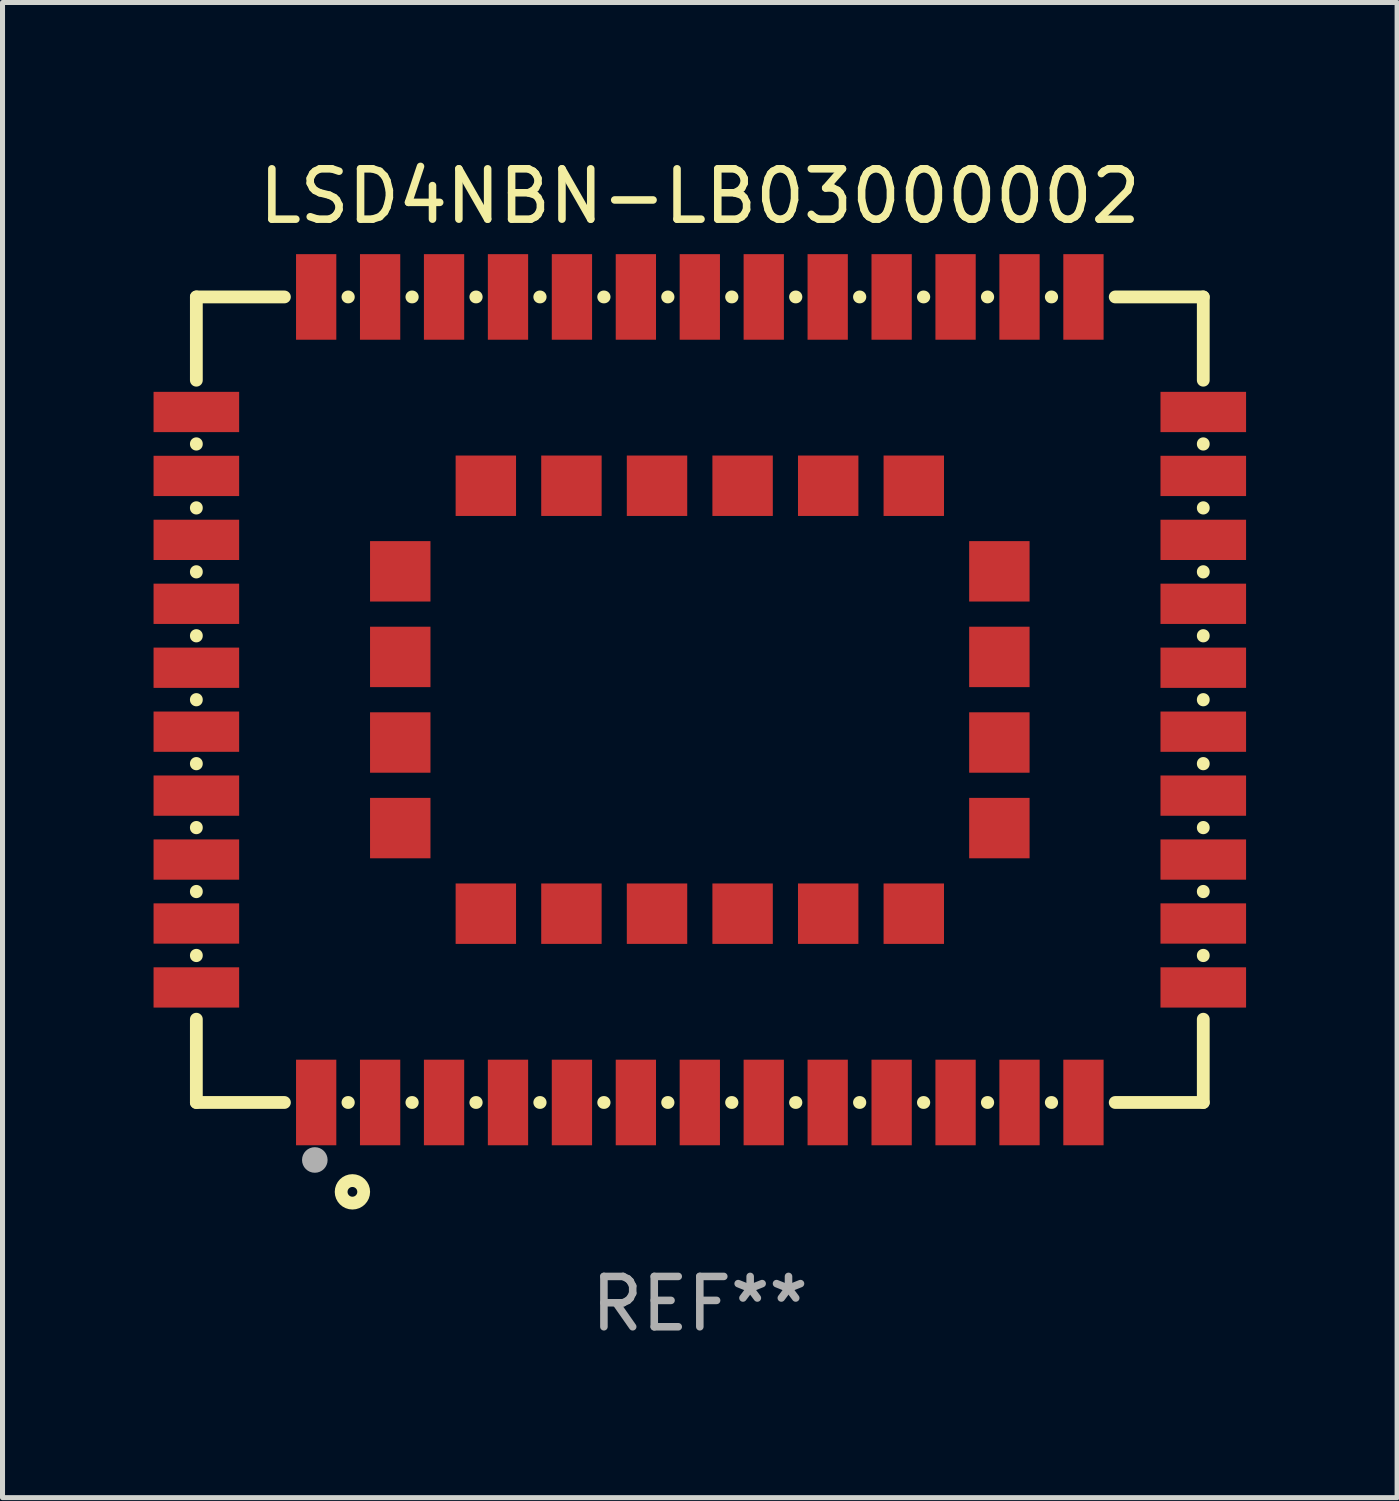
<source format=kicad_pcb>
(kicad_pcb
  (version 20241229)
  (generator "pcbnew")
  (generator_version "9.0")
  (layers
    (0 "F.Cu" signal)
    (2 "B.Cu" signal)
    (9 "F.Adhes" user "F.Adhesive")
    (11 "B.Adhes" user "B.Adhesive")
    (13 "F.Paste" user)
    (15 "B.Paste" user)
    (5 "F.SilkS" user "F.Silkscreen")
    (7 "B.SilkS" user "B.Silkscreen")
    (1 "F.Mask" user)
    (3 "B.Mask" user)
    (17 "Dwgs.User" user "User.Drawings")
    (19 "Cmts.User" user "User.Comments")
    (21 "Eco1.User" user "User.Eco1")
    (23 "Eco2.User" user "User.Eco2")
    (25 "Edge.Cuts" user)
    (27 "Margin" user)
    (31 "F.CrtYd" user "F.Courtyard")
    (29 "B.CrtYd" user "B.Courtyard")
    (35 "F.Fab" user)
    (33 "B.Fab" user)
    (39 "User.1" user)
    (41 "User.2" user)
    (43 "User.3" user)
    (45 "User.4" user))
  (footprint "LSD4NBN-LB03000002"
    (layer "F.Cu")
    (at 10.85 10.848)
    (property "Reference" "LSD4NBN-LB03000002" (at 0 -10 0) (layer "F.SilkS") (effects (font (size 1 1) (thickness 0.15))))
    (attr through_hole)
    (fp_line (start -10 -8) (end -10 -6.346) (stroke (width 0.254) (type solid)) (layer "F.SilkS"))
    (fp_line (start -10 -5.084) (end -10 -5.076) (stroke (width 0.254) (type solid)) (layer "F.SilkS"))
    (fp_line (start -10 -3.814) (end -10 -3.806) (stroke (width 0.254) (type solid)) (layer "F.SilkS"))
    (fp_line (start -10 -2.544) (end -10 -2.536) (stroke (width 0.254) (type solid)) (layer "F.SilkS"))
    (fp_line (start -10 -1.274) (end -10 -1.266) (stroke (width 0.254) (type solid)) (layer "F.SilkS"))
    (fp_line (start -10 -0.004) (end -10 0.004) (stroke (width 0.254) (type solid)) (layer "F.SilkS"))
    (fp_line (start -10 1.266) (end -10 1.274) (stroke (width 0.254) (type solid)) (layer "F.SilkS"))
    (fp_line (start -10 2.536) (end -10 2.544) (stroke (width 0.254) (type solid)) (layer "F.SilkS"))
    (fp_line (start -10 3.806) (end -10 3.814) (stroke (width 0.254) (type solid)) (layer "F.SilkS"))
    (fp_line (start -10 5.076) (end -10 5.084) (stroke (width 0.254) (type solid)) (layer "F.SilkS"))
    (fp_line (start -10 6.346) (end -10 8) (stroke (width 0.254) (type solid)) (layer "F.SilkS"))
    (fp_line (start -10 8) (end -8.251 8) (stroke (width 0.254) (type solid)) (layer "F.SilkS"))
    (fp_line (start -8.251 -8) (end -10 -8) (stroke (width 0.254) (type solid)) (layer "F.SilkS"))
    (fp_line (start -6.989 8) (end -6.981 8) (stroke (width 0.254) (type solid)) (layer "F.SilkS"))
    (fp_line (start -6.981 -8) (end -6.989 -8) (stroke (width 0.254) (type solid)) (layer "F.SilkS"))
    (fp_line (start -5.719 8) (end -5.711 8) (stroke (width 0.254) (type solid)) (layer "F.SilkS"))
    (fp_line (start -5.711 -8) (end -5.719 -8) (stroke (width 0.254) (type solid)) (layer "F.SilkS"))
    (fp_line (start -4.449 8) (end -4.441 8) (stroke (width 0.254) (type solid)) (layer "F.SilkS"))
    (fp_line (start -4.441 -8) (end -4.449 -8) (stroke (width 0.254) (type solid)) (layer "F.SilkS"))
    (fp_line (start -3.179 8) (end -3.171 8) (stroke (width 0.254) (type solid)) (layer "F.SilkS"))
    (fp_line (start -3.171 -8) (end -3.179 -8) (stroke (width 0.254) (type solid)) (layer "F.SilkS"))
    (fp_line (start -1.909 8) (end -1.901 8) (stroke (width 0.254) (type solid)) (layer "F.SilkS"))
    (fp_line (start -1.901 -8) (end -1.909 -8) (stroke (width 0.254) (type solid)) (layer "F.SilkS"))
    (fp_line (start -0.639 8) (end -0.631 8) (stroke (width 0.254) (type solid)) (layer "F.SilkS"))
    (fp_line (start -0.631 -8) (end -0.639 -8) (stroke (width 0.254) (type solid)) (layer "F.SilkS"))
    (fp_line (start 0.631 8) (end 0.639 8) (stroke (width 0.254) (type solid)) (layer "F.SilkS"))
    (fp_line (start 0.639 -8) (end 0.631 -8) (stroke (width 0.254) (type solid)) (layer "F.SilkS"))
    (fp_line (start 1.901 8) (end 1.909 8) (stroke (width 0.254) (type solid)) (layer "F.SilkS"))
    (fp_line (start 1.909 -8) (end 1.901 -8) (stroke (width 0.254) (type solid)) (layer "F.SilkS"))
    (fp_line (start 3.171 8) (end 3.179 8) (stroke (width 0.254) (type solid)) (layer "F.SilkS"))
    (fp_line (start 3.179 -8) (end 3.171 -8) (stroke (width 0.254) (type solid)) (layer "F.SilkS"))
    (fp_line (start 4.441 8) (end 4.449 8) (stroke (width 0.254) (type solid)) (layer "F.SilkS"))
    (fp_line (start 4.449 -8) (end 4.441 -8) (stroke (width 0.254) (type solid)) (layer "F.SilkS"))
    (fp_line (start 5.711 8) (end 5.719 8) (stroke (width 0.254) (type solid)) (layer "F.SilkS"))
    (fp_line (start 5.719 -8) (end 5.711 -8) (stroke (width 0.254) (type solid)) (layer "F.SilkS"))
    (fp_line (start 6.981 8) (end 6.989 8) (stroke (width 0.254) (type solid)) (layer "F.SilkS"))
    (fp_line (start 6.989 -8) (end 6.981 -8) (stroke (width 0.254) (type solid)) (layer "F.SilkS"))
    (fp_line (start 8.251 8) (end 10 8) (stroke (width 0.254) (type solid)) (layer "F.SilkS"))
    (fp_line (start 10 -8) (end 8.251 -8) (stroke (width 0.254) (type solid)) (layer "F.SilkS"))
    (fp_line (start 10 -6.346) (end 10 -8) (stroke (width 0.254) (type solid)) (layer "F.SilkS"))
    (fp_line (start 10 -5.076) (end 10 -5.084) (stroke (width 0.254) (type solid)) (layer "F.SilkS"))
    (fp_line (start 10 -3.806) (end 10 -3.814) (stroke (width 0.254) (type solid)) (layer "F.SilkS"))
    (fp_line (start 10 -2.536) (end 10 -2.544) (stroke (width 0.254) (type solid)) (layer "F.SilkS"))
    (fp_line (start 10 -1.266) (end 10 -1.274) (stroke (width 0.254) (type solid)) (layer "F.SilkS"))
    (fp_line (start 10 0.004) (end 10 -0.004) (stroke (width 0.254) (type solid)) (layer "F.SilkS"))
    (fp_line (start 10 1.274) (end 10 1.266) (stroke (width 0.254) (type solid)) (layer "F.SilkS"))
    (fp_line (start 10 2.544) (end 10 2.536) (stroke (width 0.254) (type solid)) (layer "F.SilkS"))
    (fp_line (start 10 3.814) (end 10 3.806) (stroke (width 0.254) (type solid)) (layer "F.SilkS"))
    (fp_line (start 10 5.084) (end 10 5.076) (stroke (width 0.254) (type solid)) (layer "F.SilkS"))
    (fp_line (start 10 8) (end 10 6.346) (stroke (width 0.254) (type solid)) (layer "F.SilkS"))
    (fp_circle (center -10.003 8.001) (end -9.973 8.001) (stroke (width 0.06) (type solid)) (fill no) (layer "F.SilkS"))
    (fp_circle (center -6.9 9.775) (end -6.676 9.775) (stroke (width 0.254) (type solid)) (fill no) (layer "F.SilkS"))
    (fp_circle (center -7.647 9.142) (end -7.52 9.142) (stroke (width 0.254) (type solid)) (fill no) (layer "F.Fab"))
    (fp_text user "REF**" (at 0 12 0) (layer "F.Fab") (effects (font (size 1 1) (thickness 0.15))))
    (pad "1" smd rect (at -7.62 8 90) (size 1.7 0.8) (layers "F.Cu" "F.Mask" "F.Paste"))
    (pad "2" smd rect (at -6.35 8 90) (size 1.7 0.8) (layers "F.Cu" "F.Mask" "F.Paste"))
    (pad "3" smd rect (at -5.08 8 90) (size 1.7 0.8) (layers "F.Cu" "F.Mask" "F.Paste"))
    (pad "4" smd rect (at -3.81 8 90) (size 1.7 0.8) (layers "F.Cu" "F.Mask" "F.Paste"))
    (pad "5" smd rect (at -2.54 8 90) (size 1.7 0.8) (layers "F.Cu" "F.Mask" "F.Paste"))
    (pad "6" smd rect (at -1.27 8 90) (size 1.7 0.8) (layers "F.Cu" "F.Mask" "F.Paste"))
    (pad "7" smd rect (at -0.000025 8 90) (size 1.7 0.8) (layers "F.Cu" "F.Mask" "F.Paste"))
    (pad "8" smd rect (at 1.27 8 90) (size 1.7 0.8) (layers "F.Cu" "F.Mask" "F.Paste"))
    (pad "9" smd rect (at 2.54 8 90) (size 1.7 0.8) (layers "F.Cu" "F.Mask" "F.Paste"))
    (pad "10" smd rect (at 3.81 8 90) (size 1.7 0.8) (layers "F.Cu" "F.Mask" "F.Paste"))
    (pad "11" smd rect (at 5.08 8 90) (size 1.7 0.8) (layers "F.Cu" "F.Mask" "F.Paste"))
    (pad "12" smd rect (at 6.35 8 90) (size 1.7 0.8) (layers "F.Cu" "F.Mask" "F.Paste"))
    (pad "13" smd rect (at 7.62 8 270) (size 1.7 0.8) (layers "F.Cu" "F.Mask" "F.Paste"))
    (pad "14" smd rect (at 10 5.715 180) (size 1.7 0.8) (layers "F.Cu" "F.Mask" "F.Paste"))
    (pad "15" smd rect (at 10 4.445 180) (size 1.7 0.8) (layers "F.Cu" "F.Mask" "F.Paste"))
    (pad "16" smd rect (at 10 3.175 180) (size 1.7 0.8) (layers "F.Cu" "F.Mask" "F.Paste"))
    (pad "17" smd rect (at 10 1.905 180) (size 1.7 0.8) (layers "F.Cu" "F.Mask" "F.Paste"))
    (pad "18" smd rect (at 10 0.635 180) (size 1.7 0.8) (layers "F.Cu" "F.Mask" "F.Paste"))
    (pad "19" smd rect (at 10 -0.635 180) (size 1.7 0.8) (layers "F.Cu" "F.Mask" "F.Paste"))
    (pad "20" smd rect (at 10 -1.905 180) (size 1.7 0.8) (layers "F.Cu" "F.Mask" "F.Paste"))
    (pad "21" smd rect (at 10 -3.175 180) (size 1.7 0.8) (layers "F.Cu" "F.Mask" "F.Paste"))
    (pad "22" smd rect (at 10 -4.445) (size 1.7 0.8) (layers "F.Cu" "F.Mask" "F.Paste"))
    (pad "23" smd rect (at 10 -5.715) (size 1.7 0.8) (layers "F.Cu" "F.Mask" "F.Paste"))
    (pad "24" smd rect (at 7.62 -8 270) (size 1.7 0.8) (layers "F.Cu" "F.Mask" "F.Paste"))
    (pad "25" smd rect (at 6.35 -8 270) (size 1.7 0.8) (layers "F.Cu" "F.Mask" "F.Paste"))
    (pad "26" smd rect (at 5.08 -8 270) (size 1.7 0.8) (layers "F.Cu" "F.Mask" "F.Paste"))
    (pad "27" smd rect (at 3.81 -8 270) (size 1.7 0.8) (layers "F.Cu" "F.Mask" "F.Paste"))
    (pad "28" smd rect (at 2.54 -8 270) (size 1.7 0.8) (layers "F.Cu" "F.Mask" "F.Paste"))
    (pad "29" smd rect (at 1.27 -8 270) (size 1.7 0.8) (layers "F.Cu" "F.Mask" "F.Paste"))
    (pad "30" smd rect (at -0.000025 -8 270) (size 1.7 0.8) (layers "F.Cu" "F.Mask" "F.Paste"))
    (pad "31" smd rect (at -1.27 -8 270) (size 1.7 0.8) (layers "F.Cu" "F.Mask" "F.Paste"))
    (pad "32" smd rect (at -2.54 -8 270) (size 1.7 0.8) (layers "F.Cu" "F.Mask" "F.Paste"))
    (pad "33" smd rect (at -3.81 -8 270) (size 1.7 0.8) (layers "F.Cu" "F.Mask" "F.Paste"))
    (pad "34" smd rect (at -5.08 -8 90) (size 1.7 0.8) (layers "F.Cu" "F.Mask" "F.Paste"))
    (pad "35" smd rect (at -6.35 -8 90) (size 1.7 0.8) (layers "F.Cu" "F.Mask" "F.Paste"))
    (pad "36" smd rect (at -7.62 -8 90) (size 1.7 0.8) (layers "F.Cu" "F.Mask" "F.Paste"))
    (pad "37" smd rect (at -10 -5.715) (size 1.7 0.8) (layers "F.Cu" "F.Mask" "F.Paste"))
    (pad "38" smd rect (at -10 -4.445) (size 1.7 0.8) (layers "F.Cu" "F.Mask" "F.Paste"))
    (pad "39" smd rect (at -10 -3.175) (size 1.7 0.8) (layers "F.Cu" "F.Mask" "F.Paste"))
    (pad "40" smd rect (at -10 -1.905) (size 1.7 0.8) (layers "F.Cu" "F.Mask" "F.Paste"))
    (pad "41" smd rect (at -10 -0.635) (size 1.7 0.8) (layers "F.Cu" "F.Mask" "F.Paste"))
    (pad "42" smd rect (at -10 0.635) (size 1.7 0.8) (layers "F.Cu" "F.Mask" "F.Paste"))
    (pad "43" smd rect (at -10 1.905) (size 1.7 0.8) (layers "F.Cu" "F.Mask" "F.Paste"))
    (pad "44" smd rect (at -10 3.175) (size 1.7 0.8) (layers "F.Cu" "F.Mask" "F.Paste"))
    (pad "45" smd rect (at -10 4.445) (size 1.7 0.8) (layers "F.Cu" "F.Mask" "F.Paste"))
    (pad "46" smd rect (at -10 5.715) (size 1.7 0.8) (layers "F.Cu" "F.Mask" "F.Paste"))
    (pad "47" smd rect (at -4.25 4.25) (size 1.2 1.2) (layers "F.Cu" "F.Mask" "F.Paste"))
    (pad "48" smd rect (at -2.55 4.25) (size 1.2 1.2) (layers "F.Cu" "F.Mask" "F.Paste"))
    (pad "49" smd rect (at -0.85 4.25) (size 1.2 1.2) (layers "F.Cu" "F.Mask" "F.Paste"))
    (pad "50" smd rect (at 0.85 4.25) (size 1.2 1.2) (layers "F.Cu" "F.Mask" "F.Paste"))
    (pad "51" smd rect (at 2.55 4.25) (size 1.2 1.2) (layers "F.Cu" "F.Mask" "F.Paste"))
    (pad "52" smd rect (at 4.25 4.25) (size 1.2 1.2) (layers "F.Cu" "F.Mask" "F.Paste"))
    (pad "53" smd rect (at 5.95 2.55) (size 1.2 1.2) (layers "F.Cu" "F.Mask" "F.Paste"))
    (pad "54" smd rect (at 5.95 0.85) (size 1.2 1.2) (layers "F.Cu" "F.Mask" "F.Paste"))
    (pad "55" smd rect (at 5.95 -0.85) (size 1.2 1.2) (layers "F.Cu" "F.Mask" "F.Paste"))
    (pad "56" smd rect (at 5.95 -2.55) (size 1.2 1.2) (layers "F.Cu" "F.Mask" "F.Paste"))
    (pad "57" smd rect (at 4.25 -4.25) (size 1.2 1.2) (layers "F.Cu" "F.Mask" "F.Paste"))
    (pad "58" smd rect (at 2.55 -4.25) (size 1.2 1.2) (layers "F.Cu" "F.Mask" "F.Paste"))
    (pad "59" smd rect (at 0.85 -4.25) (size 1.2 1.2) (layers "F.Cu" "F.Mask" "F.Paste"))
    (pad "60" smd rect (at -0.85 -4.25) (size 1.2 1.2) (layers "F.Cu" "F.Mask" "F.Paste"))
    (pad "61" smd rect (at -2.55 -4.25) (size 1.2 1.2) (layers "F.Cu" "F.Mask" "F.Paste"))
    (pad "62" smd rect (at -4.25 -4.25) (size 1.2 1.2) (layers "F.Cu" "F.Mask" "F.Paste"))
    (pad "63" smd rect (at -5.95 -2.55) (size 1.2 1.2) (layers "F.Cu" "F.Mask" "F.Paste"))
    (pad "64" smd rect (at -5.95 -0.85) (size 1.2 1.2) (layers "F.Cu" "F.Mask" "F.Paste"))
    (pad "65" smd rect (at -5.95 0.85) (size 1.2 1.2) (layers "F.Cu" "F.Mask" "F.Paste"))
    (pad "66" smd rect (at -5.95 2.55) (size 1.2 1.2) (layers "F.Cu" "F.Mask" "F.Paste")))
  (gr_rect
    (start -3 -3)
    (end 24.7 26.697)
    (stroke (width 0.1) (type default))
    (fill no)
    (layer "Edge.Cuts")))
</source>
